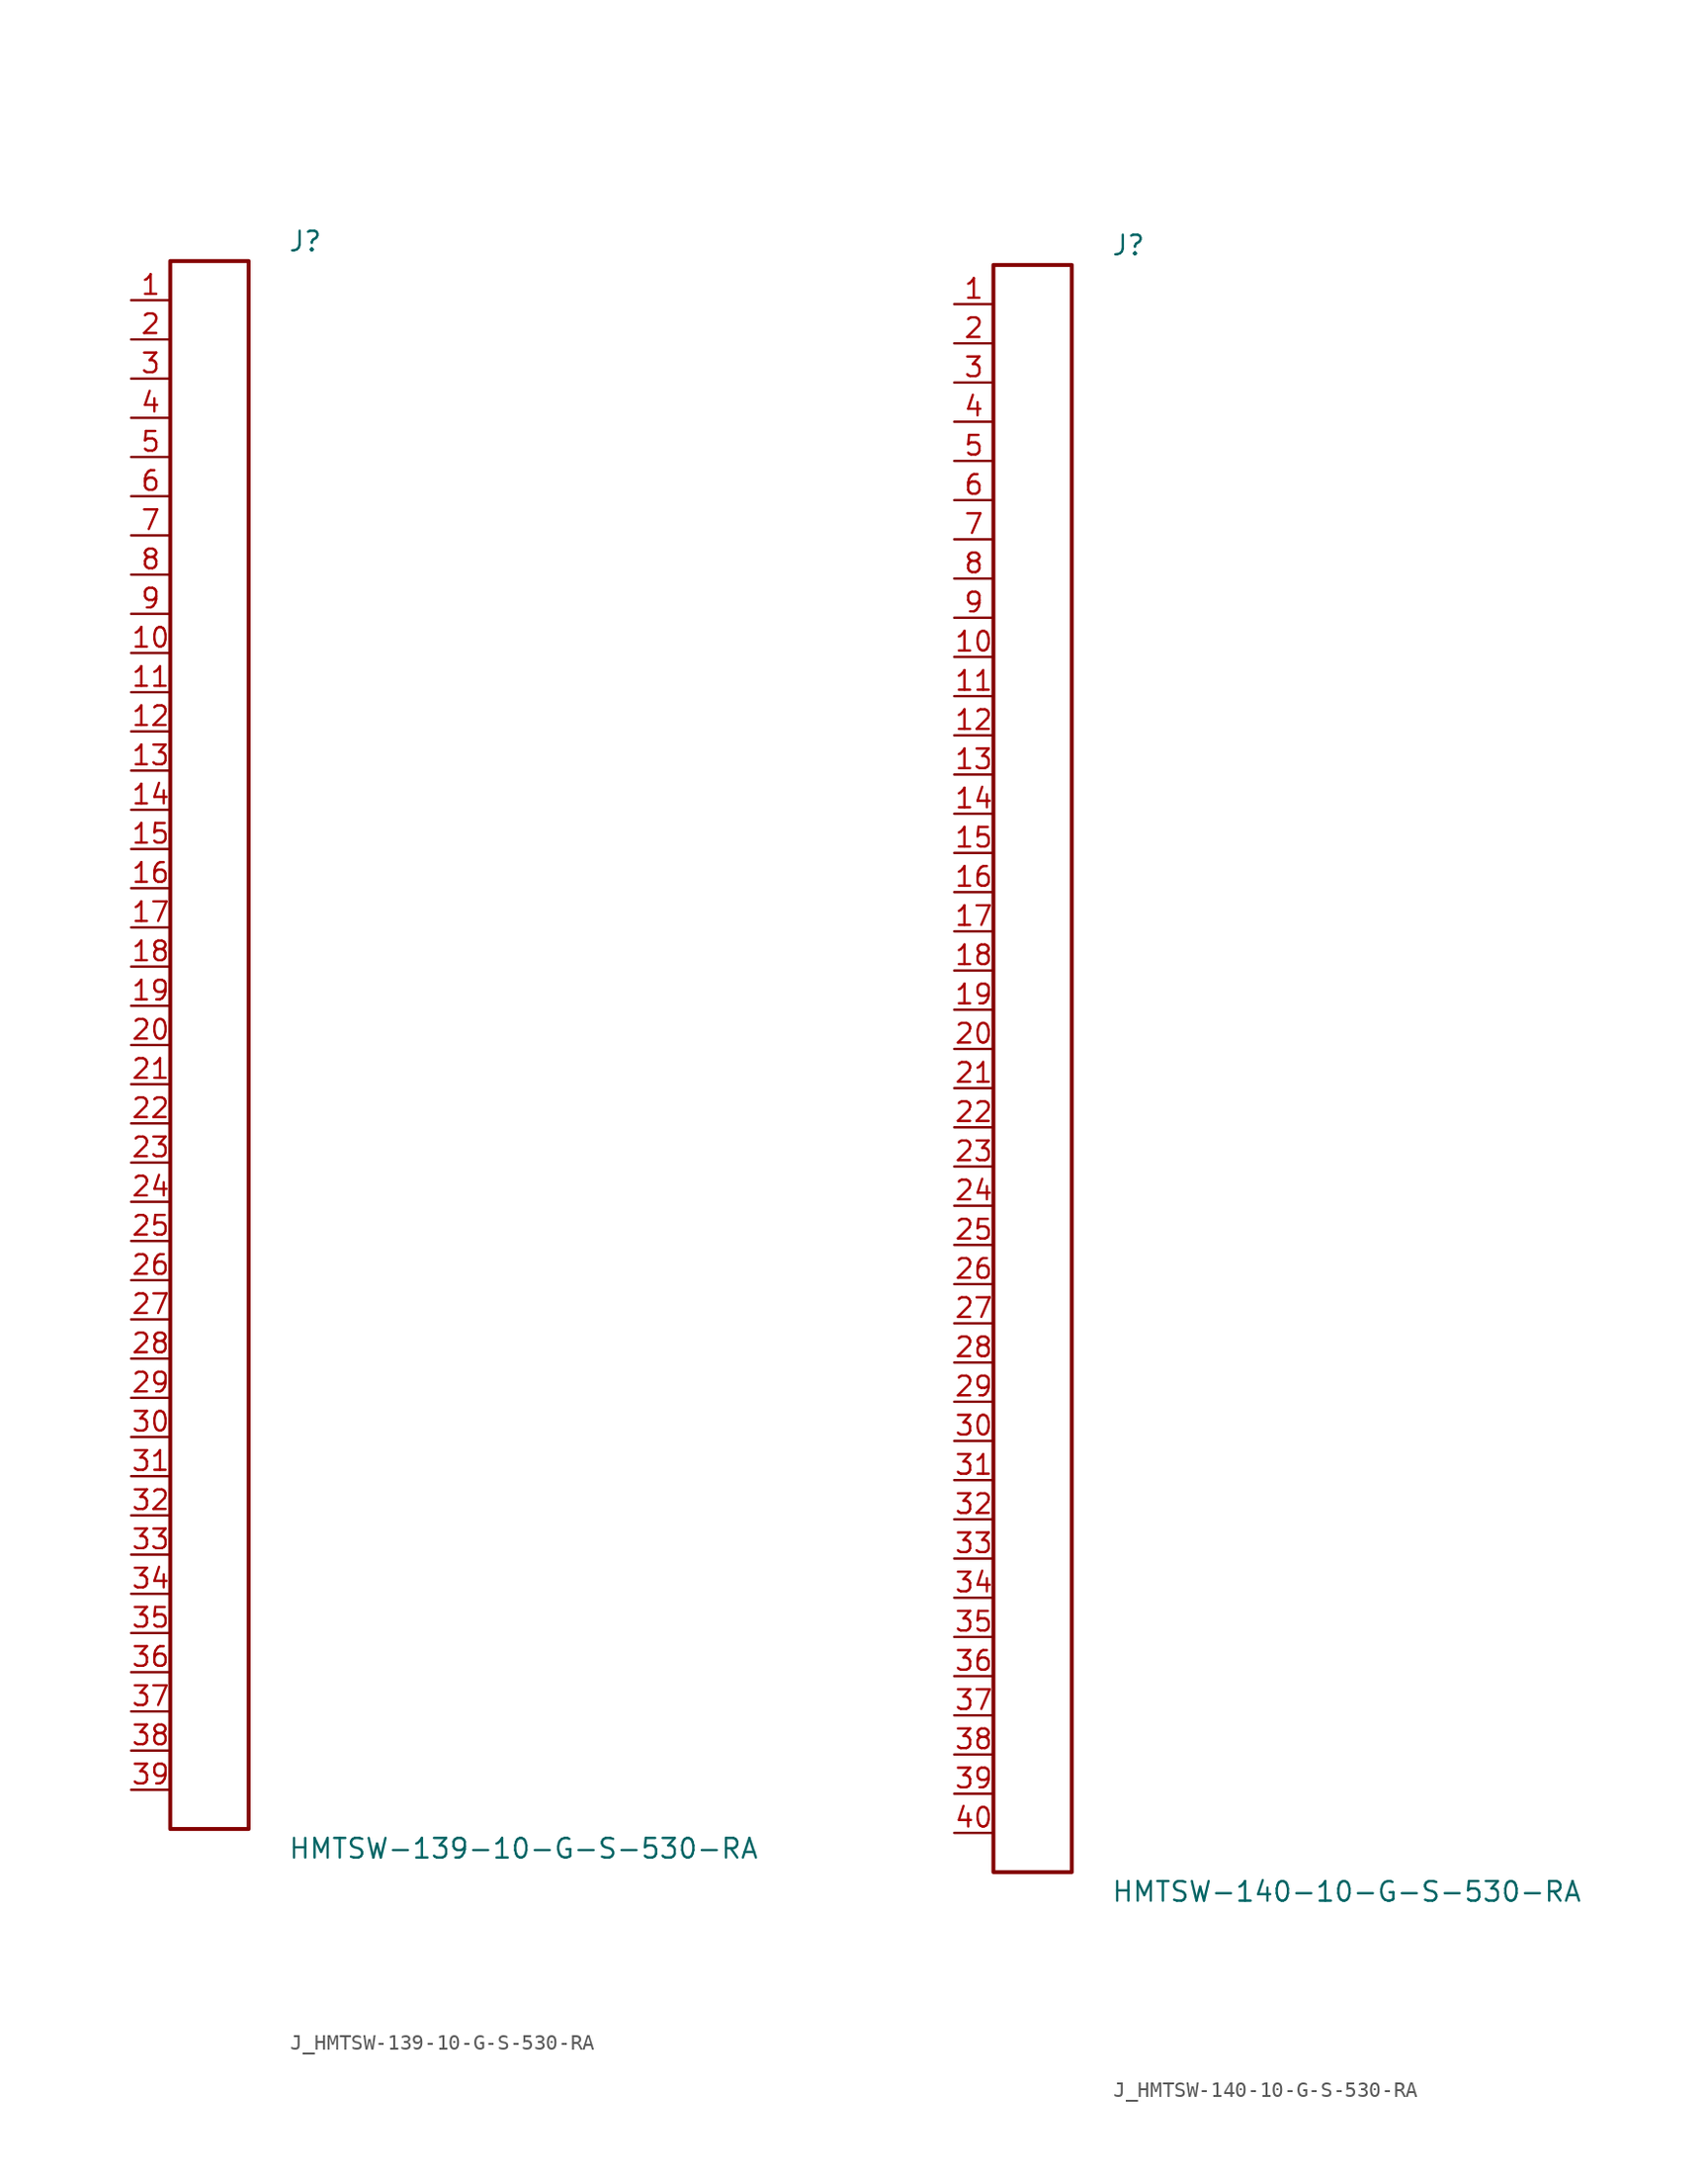
<source format=kicad_sym>
(kicad_symbol_lib
  (version 20231120)
  (generator kicad_symbol_editor)
  (generator_version 8.0)
  (symbol "J_HMTSW-139-10-G-S-530-RA"
    (pin_names
      (offset 0.254))
    (property "Reference" "J"
      (at 5.08 52.07 0)
      (effects (font (size 1.27 1.27)) (justify left)))
    (property "Value" "HMTSW-139-10-G-S-530-RA"
      (at 5.08 -52.07 0)
      (effects (font (size 1.27 1.27)) (justify left)))
    (symbol "J_HMTSW-139-10-G-S-530-RA_0_0"
      (pin unspecified line (at -5.08 48.26 0) (length 2.54) (name "" (effects (font (size 1.27 1.27)))) (number "1" (effects (font (size 1.27 1.27)))))
      (pin unspecified line (at -5.08 45.72 0) (length 2.54) (name "" (effects (font (size 1.27 1.27)))) (number "2" (effects (font (size 1.27 1.27)))))
      (pin unspecified line (at -5.08 43.18 0) (length 2.54) (name "" (effects (font (size 1.27 1.27)))) (number "3" (effects (font (size 1.27 1.27)))))
      (pin unspecified line (at -5.08 40.64 0) (length 2.54) (name "" (effects (font (size 1.27 1.27)))) (number "4" (effects (font (size 1.27 1.27)))))
      (pin unspecified line (at -5.08 38.1 0) (length 2.54) (name "" (effects (font (size 1.27 1.27)))) (number "5" (effects (font (size 1.27 1.27)))))
      (pin unspecified line (at -5.08 35.56 0) (length 2.54) (name "" (effects (font (size 1.27 1.27)))) (number "6" (effects (font (size 1.27 1.27)))))
      (pin unspecified line (at -5.08 33.02 0) (length 2.54) (name "" (effects (font (size 1.27 1.27)))) (number "7" (effects (font (size 1.27 1.27)))))
      (pin unspecified line (at -5.08 30.48 0) (length 2.54) (name "" (effects (font (size 1.27 1.27)))) (number "8" (effects (font (size 1.27 1.27)))))
      (pin unspecified line (at -5.08 27.94 0) (length 2.54) (name "" (effects (font (size 1.27 1.27)))) (number "9" (effects (font (size 1.27 1.27)))))
      (pin unspecified line (at -5.08 25.4 0) (length 2.54) (name "" (effects (font (size 1.27 1.27)))) (number "10" (effects (font (size 1.27 1.27)))))
      (pin unspecified line (at -5.08 22.86 0) (length 2.54) (name "" (effects (font (size 1.27 1.27)))) (number "11" (effects (font (size 1.27 1.27)))))
      (pin unspecified line (at -5.08 20.32 0) (length 2.54) (name "" (effects (font (size 1.27 1.27)))) (number "12" (effects (font (size 1.27 1.27)))))
      (pin unspecified line (at -5.08 17.78 0) (length 2.54) (name "" (effects (font (size 1.27 1.27)))) (number "13" (effects (font (size 1.27 1.27)))))
      (pin unspecified line (at -5.08 15.24 0) (length 2.54) (name "" (effects (font (size 1.27 1.27)))) (number "14" (effects (font (size 1.27 1.27)))))
      (pin unspecified line (at -5.08 12.7 0) (length 2.54) (name "" (effects (font (size 1.27 1.27)))) (number "15" (effects (font (size 1.27 1.27)))))
      (pin unspecified line (at -5.08 10.16 0) (length 2.54) (name "" (effects (font (size 1.27 1.27)))) (number "16" (effects (font (size 1.27 1.27)))))
      (pin unspecified line (at -5.08 7.62 0) (length 2.54) (name "" (effects (font (size 1.27 1.27)))) (number "17" (effects (font (size 1.27 1.27)))))
      (pin unspecified line (at -5.08 5.08 0) (length 2.54) (name "" (effects (font (size 1.27 1.27)))) (number "18" (effects (font (size 1.27 1.27)))))
      (pin unspecified line (at -5.08 2.54 0) (length 2.54) (name "" (effects (font (size 1.27 1.27)))) (number "19" (effects (font (size 1.27 1.27)))))
      (pin unspecified line (at -5.08 0.0 0) (length 2.54) (name "" (effects (font (size 1.27 1.27)))) (number "20" (effects (font (size 1.27 1.27)))))
      (pin unspecified line (at -5.08 -2.54 0) (length 2.54) (name "" (effects (font (size 1.27 1.27)))) (number "21" (effects (font (size 1.27 1.27)))))
      (pin unspecified line (at -5.08 -5.08 0) (length 2.54) (name "" (effects (font (size 1.27 1.27)))) (number "22" (effects (font (size 1.27 1.27)))))
      (pin unspecified line (at -5.08 -7.62 0) (length 2.54) (name "" (effects (font (size 1.27 1.27)))) (number "23" (effects (font (size 1.27 1.27)))))
      (pin unspecified line (at -5.08 -10.16 0) (length 2.54) (name "" (effects (font (size 1.27 1.27)))) (number "24" (effects (font (size 1.27 1.27)))))
      (pin unspecified line (at -5.08 -12.7 0) (length 2.54) (name "" (effects (font (size 1.27 1.27)))) (number "25" (effects (font (size 1.27 1.27)))))
      (pin unspecified line (at -5.08 -15.24 0) (length 2.54) (name "" (effects (font (size 1.27 1.27)))) (number "26" (effects (font (size 1.27 1.27)))))
      (pin unspecified line (at -5.08 -17.78 0) (length 2.54) (name "" (effects (font (size 1.27 1.27)))) (number "27" (effects (font (size 1.27 1.27)))))
      (pin unspecified line (at -5.08 -20.32 0) (length 2.54) (name "" (effects (font (size 1.27 1.27)))) (number "28" (effects (font (size 1.27 1.27)))))
      (pin unspecified line (at -5.08 -22.86 0) (length 2.54) (name "" (effects (font (size 1.27 1.27)))) (number "29" (effects (font (size 1.27 1.27)))))
      (pin unspecified line (at -5.08 -25.4 0) (length 2.54) (name "" (effects (font (size 1.27 1.27)))) (number "30" (effects (font (size 1.27 1.27)))))
      (pin unspecified line (at -5.08 -27.94 0) (length 2.54) (name "" (effects (font (size 1.27 1.27)))) (number "31" (effects (font (size 1.27 1.27)))))
      (pin unspecified line (at -5.08 -30.48 0) (length 2.54) (name "" (effects (font (size 1.27 1.27)))) (number "32" (effects (font (size 1.27 1.27)))))
      (pin unspecified line (at -5.08 -33.02 0) (length 2.54) (name "" (effects (font (size 1.27 1.27)))) (number "33" (effects (font (size 1.27 1.27)))))
      (pin unspecified line (at -5.08 -35.56 0) (length 2.54) (name "" (effects (font (size 1.27 1.27)))) (number "34" (effects (font (size 1.27 1.27)))))
      (pin unspecified line (at -5.08 -38.1 0) (length 2.54) (name "" (effects (font (size 1.27 1.27)))) (number "35" (effects (font (size 1.27 1.27)))))
      (pin unspecified line (at -5.08 -40.64 0) (length 2.54) (name "" (effects (font (size 1.27 1.27)))) (number "36" (effects (font (size 1.27 1.27)))))
      (pin unspecified line (at -5.08 -43.18 0) (length 2.54) (name "" (effects (font (size 1.27 1.27)))) (number "37" (effects (font (size 1.27 1.27)))))
      (pin unspecified line (at -5.08 -45.72 0) (length 2.54) (name "" (effects (font (size 1.27 1.27)))) (number "38" (effects (font (size 1.27 1.27)))))
      (pin unspecified line (at -5.08 -48.26 0) (length 2.54) (name "" (effects (font (size 1.27 1.27)))) (number "39" (effects (font (size 1.27 1.27))))))
    (symbol "J_HMTSW-139-10-G-S-530-RA_1_0"
      (rectangle (start -2.54 50.8) (end 2.54 -50.8) (stroke (width 0.254) (type solid)) (fill (type none)))))
  (symbol "J_HMTSW-140-10-G-S-530-RA"
    (pin_names
      (offset 0.254))
    (property "Reference" "J"
      (at 5.08 53.34 0)
      (effects (font (size 1.27 1.27)) (justify left)))
    (property "Value" "HMTSW-140-10-G-S-530-RA"
      (at 5.08 -53.34 0)
      (effects (font (size 1.27 1.27)) (justify left)))
    (symbol "J_HMTSW-140-10-G-S-530-RA_0_0"
      (pin unspecified line (at -5.08 49.53 0) (length 2.54) (name "" (effects (font (size 1.27 1.27)))) (number "1" (effects (font (size 1.27 1.27)))))
      (pin unspecified line (at -5.08 46.99 0) (length 2.54) (name "" (effects (font (size 1.27 1.27)))) (number "2" (effects (font (size 1.27 1.27)))))
      (pin unspecified line (at -5.08 44.45 0) (length 2.54) (name "" (effects (font (size 1.27 1.27)))) (number "3" (effects (font (size 1.27 1.27)))))
      (pin unspecified line (at -5.08 41.91 0) (length 2.54) (name "" (effects (font (size 1.27 1.27)))) (number "4" (effects (font (size 1.27 1.27)))))
      (pin unspecified line (at -5.08 39.37 0) (length 2.54) (name "" (effects (font (size 1.27 1.27)))) (number "5" (effects (font (size 1.27 1.27)))))
      (pin unspecified line (at -5.08 36.83 0) (length 2.54) (name "" (effects (font (size 1.27 1.27)))) (number "6" (effects (font (size 1.27 1.27)))))
      (pin unspecified line (at -5.08 34.29 0) (length 2.54) (name "" (effects (font (size 1.27 1.27)))) (number "7" (effects (font (size 1.27 1.27)))))
      (pin unspecified line (at -5.08 31.75 0) (length 2.54) (name "" (effects (font (size 1.27 1.27)))) (number "8" (effects (font (size 1.27 1.27)))))
      (pin unspecified line (at -5.08 29.21 0) (length 2.54) (name "" (effects (font (size 1.27 1.27)))) (number "9" (effects (font (size 1.27 1.27)))))
      (pin unspecified line (at -5.08 26.67 0) (length 2.54) (name "" (effects (font (size 1.27 1.27)))) (number "10" (effects (font (size 1.27 1.27)))))
      (pin unspecified line (at -5.08 24.13 0) (length 2.54) (name "" (effects (font (size 1.27 1.27)))) (number "11" (effects (font (size 1.27 1.27)))))
      (pin unspecified line (at -5.08 21.59 0) (length 2.54) (name "" (effects (font (size 1.27 1.27)))) (number "12" (effects (font (size 1.27 1.27)))))
      (pin unspecified line (at -5.08 19.05 0) (length 2.54) (name "" (effects (font (size 1.27 1.27)))) (number "13" (effects (font (size 1.27 1.27)))))
      (pin unspecified line (at -5.08 16.51 0) (length 2.54) (name "" (effects (font (size 1.27 1.27)))) (number "14" (effects (font (size 1.27 1.27)))))
      (pin unspecified line (at -5.08 13.97 0) (length 2.54) (name "" (effects (font (size 1.27 1.27)))) (number "15" (effects (font (size 1.27 1.27)))))
      (pin unspecified line (at -5.08 11.43 0) (length 2.54) (name "" (effects (font (size 1.27 1.27)))) (number "16" (effects (font (size 1.27 1.27)))))
      (pin unspecified line (at -5.08 8.89 0) (length 2.54) (name "" (effects (font (size 1.27 1.27)))) (number "17" (effects (font (size 1.27 1.27)))))
      (pin unspecified line (at -5.08 6.35 0) (length 2.54) (name "" (effects (font (size 1.27 1.27)))) (number "18" (effects (font (size 1.27 1.27)))))
      (pin unspecified line (at -5.08 3.81 0) (length 2.54) (name "" (effects (font (size 1.27 1.27)))) (number "19" (effects (font (size 1.27 1.27)))))
      (pin unspecified line (at -5.08 1.27 0) (length 2.54) (name "" (effects (font (size 1.27 1.27)))) (number "20" (effects (font (size 1.27 1.27)))))
      (pin unspecified line (at -5.08 -1.27 0) (length 2.54) (name "" (effects (font (size 1.27 1.27)))) (number "21" (effects (font (size 1.27 1.27)))))
      (pin unspecified line (at -5.08 -3.81 0) (length 2.54) (name "" (effects (font (size 1.27 1.27)))) (number "22" (effects (font (size 1.27 1.27)))))
      (pin unspecified line (at -5.08 -6.35 0) (length 2.54) (name "" (effects (font (size 1.27 1.27)))) (number "23" (effects (font (size 1.27 1.27)))))
      (pin unspecified line (at -5.08 -8.89 0) (length 2.54) (name "" (effects (font (size 1.27 1.27)))) (number "24" (effects (font (size 1.27 1.27)))))
      (pin unspecified line (at -5.08 -11.43 0) (length 2.54) (name "" (effects (font (size 1.27 1.27)))) (number "25" (effects (font (size 1.27 1.27)))))
      (pin unspecified line (at -5.08 -13.97 0) (length 2.54) (name "" (effects (font (size 1.27 1.27)))) (number "26" (effects (font (size 1.27 1.27)))))
      (pin unspecified line (at -5.08 -16.51 0) (length 2.54) (name "" (effects (font (size 1.27 1.27)))) (number "27" (effects (font (size 1.27 1.27)))))
      (pin unspecified line (at -5.08 -19.05 0) (length 2.54) (name "" (effects (font (size 1.27 1.27)))) (number "28" (effects (font (size 1.27 1.27)))))
      (pin unspecified line (at -5.08 -21.59 0) (length 2.54) (name "" (effects (font (size 1.27 1.27)))) (number "29" (effects (font (size 1.27 1.27)))))
      (pin unspecified line (at -5.08 -24.13 0) (length 2.54) (name "" (effects (font (size 1.27 1.27)))) (number "30" (effects (font (size 1.27 1.27)))))
      (pin unspecified line (at -5.08 -26.67 0) (length 2.54) (name "" (effects (font (size 1.27 1.27)))) (number "31" (effects (font (size 1.27 1.27)))))
      (pin unspecified line (at -5.08 -29.21 0) (length 2.54) (name "" (effects (font (size 1.27 1.27)))) (number "32" (effects (font (size 1.27 1.27)))))
      (pin unspecified line (at -5.08 -31.75 0) (length 2.54) (name "" (effects (font (size 1.27 1.27)))) (number "33" (effects (font (size 1.27 1.27)))))
      (pin unspecified line (at -5.08 -34.29 0) (length 2.54) (name "" (effects (font (size 1.27 1.27)))) (number "34" (effects (font (size 1.27 1.27)))))
      (pin unspecified line (at -5.08 -36.83 0) (length 2.54) (name "" (effects (font (size 1.27 1.27)))) (number "35" (effects (font (size 1.27 1.27)))))
      (pin unspecified line (at -5.08 -39.37 0) (length 2.54) (name "" (effects (font (size 1.27 1.27)))) (number "36" (effects (font (size 1.27 1.27)))))
      (pin unspecified line (at -5.08 -41.91 0) (length 2.54) (name "" (effects (font (size 1.27 1.27)))) (number "37" (effects (font (size 1.27 1.27)))))
      (pin unspecified line (at -5.08 -44.45 0) (length 2.54) (name "" (effects (font (size 1.27 1.27)))) (number "38" (effects (font (size 1.27 1.27)))))
      (pin unspecified line (at -5.08 -46.99 0) (length 2.54) (name "" (effects (font (size 1.27 1.27)))) (number "39" (effects (font (size 1.27 1.27)))))
      (pin unspecified line (at -5.08 -49.53 0) (length 2.54) (name "" (effects (font (size 1.27 1.27)))) (number "40" (effects (font (size 1.27 1.27))))))
    (symbol "J_HMTSW-140-10-G-S-530-RA_1_0"
      (rectangle (start -2.54 52.07) (end 2.54 -52.07) (stroke (width 0.254) (type solid)) (fill (type none))))))
</source>
